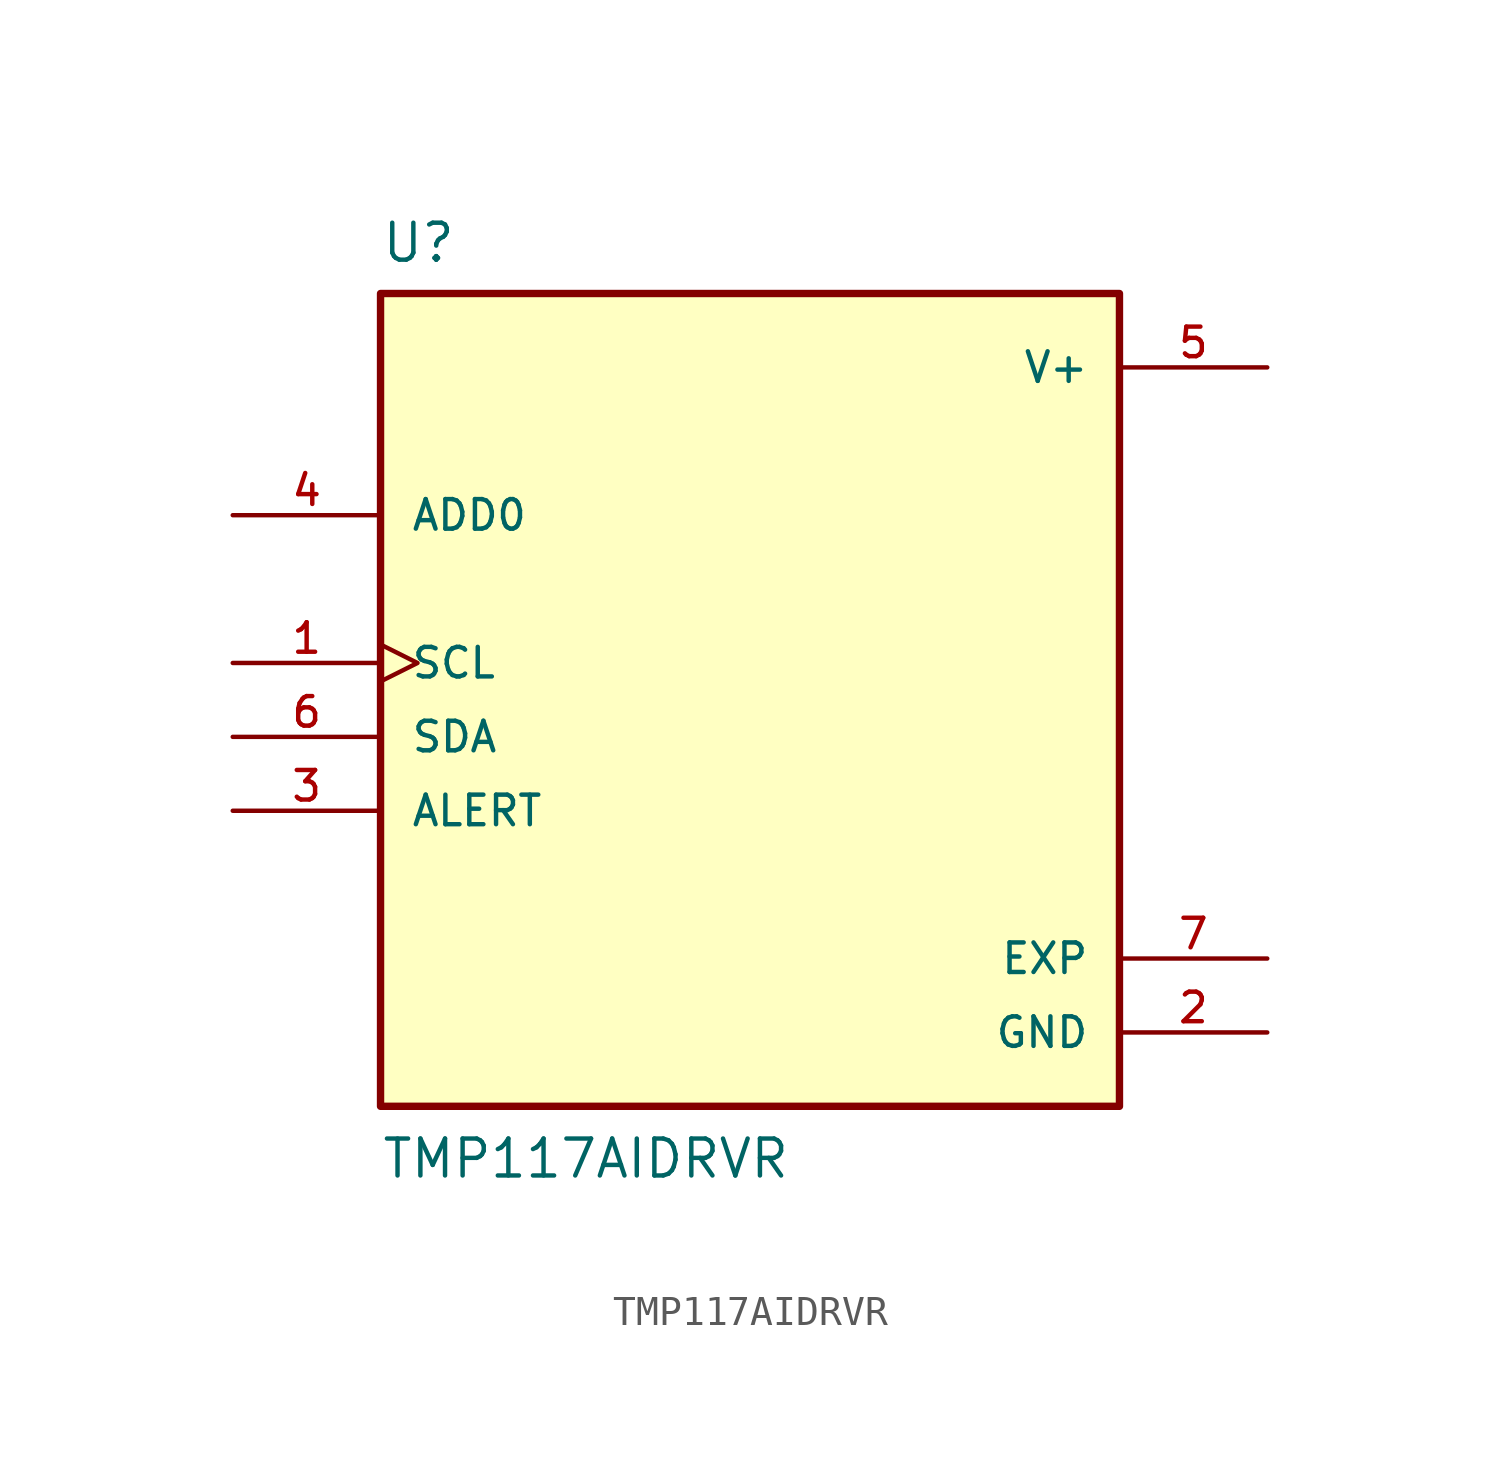
<source format=kicad_sym>
(kicad_symbol_lib
  (version 20211014)
  (generator kicad_symbol_editor)
  (symbol "TMP117AIDRVR"
    (pin_names
      (offset 1.016))
    (property "Reference" "U"
      (at -12.7 13.7 0.0)
      (effects (font (size 1.27 1.27)) (justify bottom left)))
    (property "Value" "TMP117AIDRVR"
      (at -12.7 -17.78 0.0)
      (effects (font (size 1.27 1.27)) (justify bottom left)))
    (symbol "TMP117AIDRVR_0_0"
      (rectangle (start -12.7 -15.24) (end 12.7 12.7) (stroke (width 0.254)) (fill (type background)))
      (pin input line (at -17.78 5.08 0) (length 5.08) (name "ADD0" (effects (font (size 1.016 1.016)))) (number "4" (effects (font (size 1.016 1.016)))))
      (pin input clock (at -17.78 0.0 0) (length 5.08) (name "SCL" (effects (font (size 1.016 1.016)))) (number "1" (effects (font (size 1.016 1.016)))))
      (pin power_in line (at 17.78 10.16 180.0) (length 5.08) (name "V+" (effects (font (size 1.016 1.016)))) (number "5" (effects (font (size 1.016 1.016)))))
      (pin bidirectional line (at -17.78 -2.54 0) (length 5.08) (name "SDA" (effects (font (size 1.016 1.016)))) (number "6" (effects (font (size 1.016 1.016)))))
      (pin output line (at -17.78 -5.08 0) (length 5.08) (name "ALERT" (effects (font (size 1.016 1.016)))) (number "3" (effects (font (size 1.016 1.016)))))
      (pin power_in line (at 17.78 -12.7 180.0) (length 5.08) (name "GND" (effects (font (size 1.016 1.016)))) (number "2" (effects (font (size 1.016 1.016)))))
      (pin power_in line (at 17.78 -10.16 180.0) (length 5.08) (name "EXP" (effects (font (size 1.016 1.016)))) (number "7" (effects (font (size 1.016 1.016))))))))
</source>
